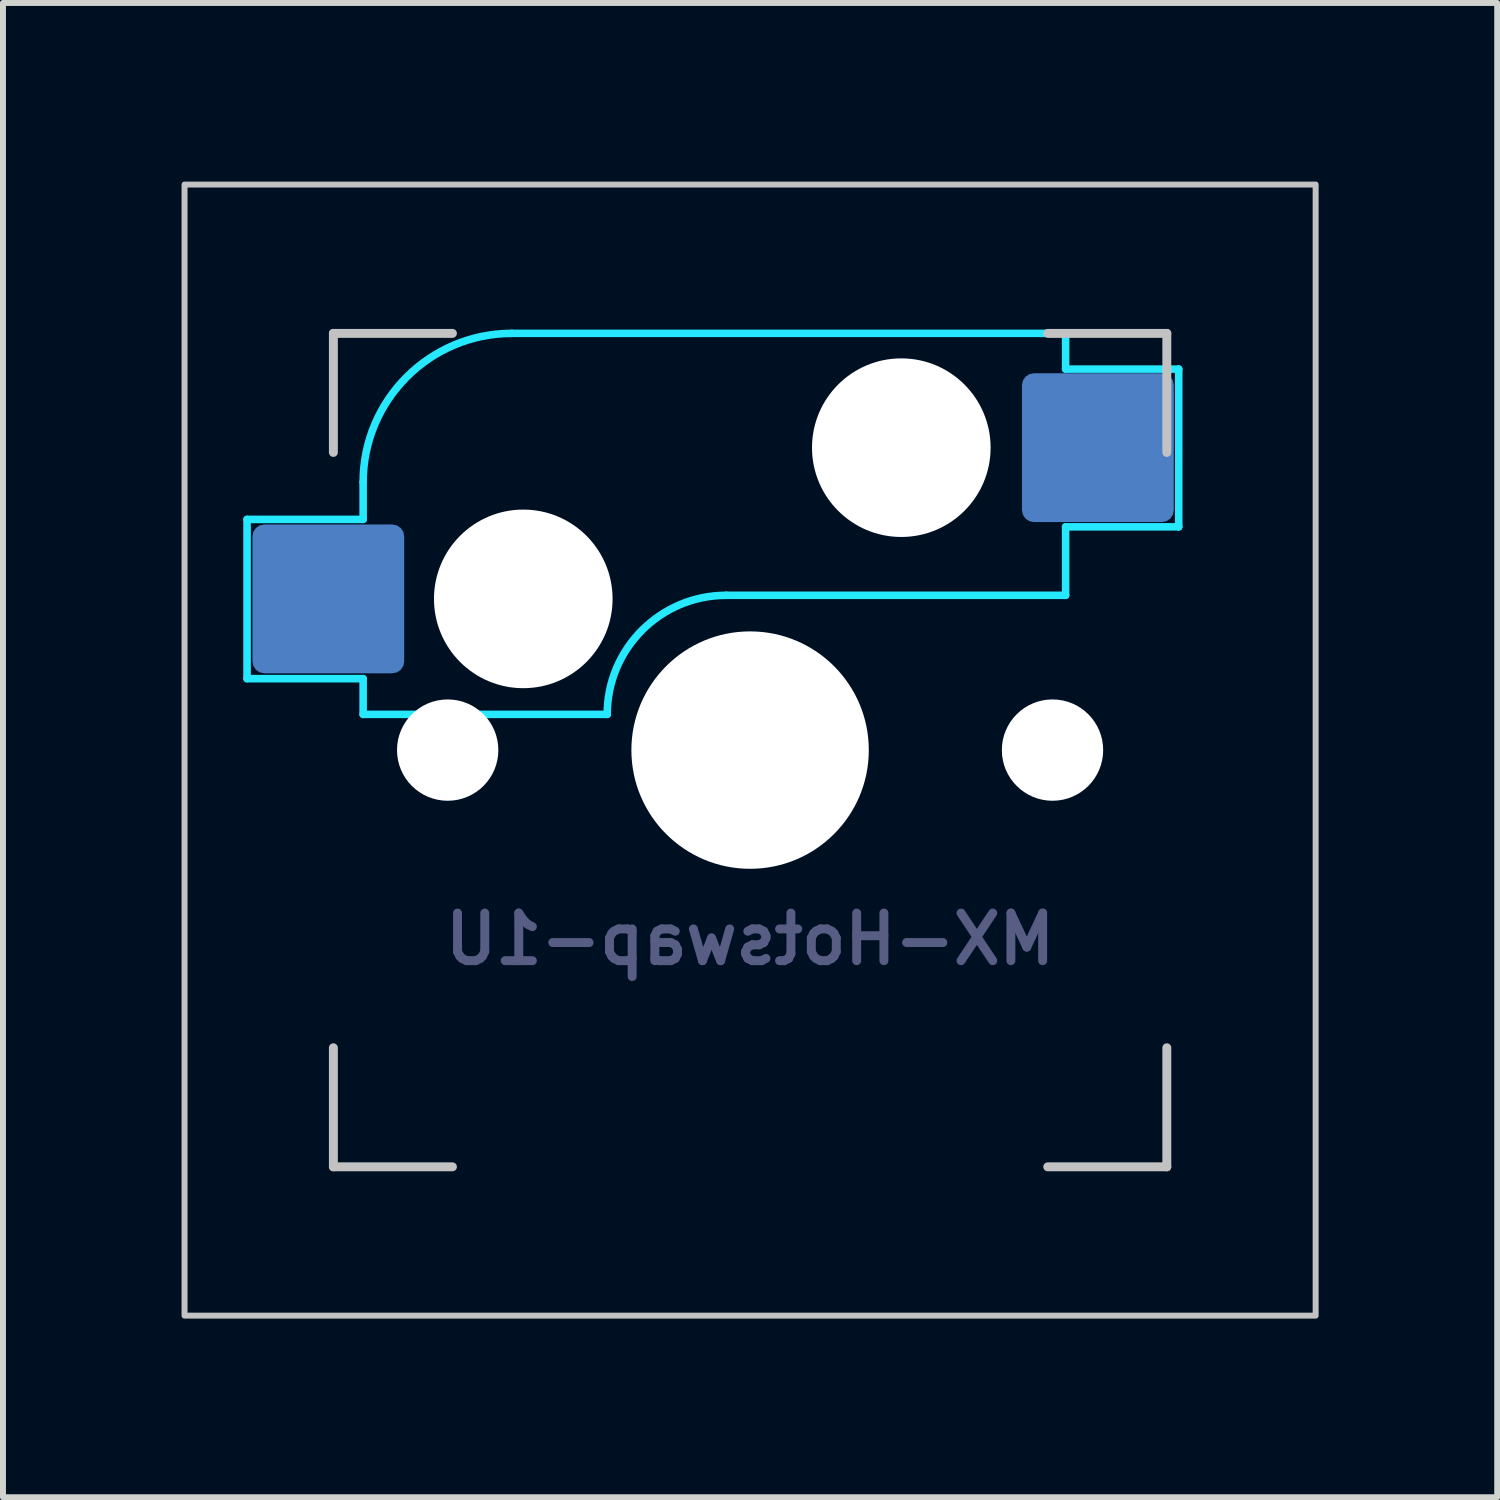
<source format=kicad_pcb>
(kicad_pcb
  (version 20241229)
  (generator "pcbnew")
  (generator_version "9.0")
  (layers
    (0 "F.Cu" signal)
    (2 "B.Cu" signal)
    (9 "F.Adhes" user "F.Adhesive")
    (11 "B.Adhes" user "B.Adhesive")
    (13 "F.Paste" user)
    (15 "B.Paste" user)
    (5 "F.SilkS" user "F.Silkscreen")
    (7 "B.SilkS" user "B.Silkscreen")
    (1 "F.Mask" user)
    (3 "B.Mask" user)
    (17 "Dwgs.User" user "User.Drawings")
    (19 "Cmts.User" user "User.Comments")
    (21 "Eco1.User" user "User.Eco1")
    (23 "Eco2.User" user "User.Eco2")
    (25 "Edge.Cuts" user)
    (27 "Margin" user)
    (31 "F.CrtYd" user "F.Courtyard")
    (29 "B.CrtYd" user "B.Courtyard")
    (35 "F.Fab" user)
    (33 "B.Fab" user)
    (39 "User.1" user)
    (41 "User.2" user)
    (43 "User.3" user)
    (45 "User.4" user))
  (footprint "MX-Hotswap-1U"
    (layer "F.Cu")
    (at 9.55 9.55)
    (property "Reference" "MX-Hotswap-1U" (at 0 3.175 0) (layer "B.Fab") (effects (font (size 0.8 0.8) (thickness 0.15)) (justify mirror)))
    (attr smd)
    (fp_line (start -7 -7) (end -7 -5) (stroke (width 0.15) (type solid)) (layer "Dwgs.User"))
    (fp_line (start -7 5) (end -7 7) (stroke (width 0.15) (type solid)) (layer "Dwgs.User"))
    (fp_line (start -7 7) (end -5 7) (stroke (width 0.15) (type solid)) (layer "Dwgs.User"))
    (fp_line (start -5 -7) (end -7 -7) (stroke (width 0.15) (type solid)) (layer "Dwgs.User"))
    (fp_line (start 5 -7) (end 7 -7) (stroke (width 0.15) (type solid)) (layer "Dwgs.User"))
    (fp_line (start 5 7) (end 7 7) (stroke (width 0.15) (type solid)) (layer "Dwgs.User"))
    (fp_line (start 7 -7) (end 7 -5) (stroke (width 0.15) (type solid)) (layer "Dwgs.User"))
    (fp_line (start 7 7) (end 7 5) (stroke (width 0.15) (type solid)) (layer "Dwgs.User"))
    (fp_rect (start -9.5 -9.5) (end 9.5 9.5) (stroke (width 0.1) (type default)) (fill no) (layer "Dwgs.User"))
    (fp_line (start -8.45 -3.875) (end -8.45 -1.2) (stroke (width 0.127) (type solid)) (layer "B.CrtYd"))
    (fp_line (start -8.45 -1.2) (end -6.5 -1.2) (stroke (width 0.127) (type solid)) (layer "B.CrtYd"))
    (fp_line (start -6.5 -4.5) (end -6.5 -3.875) (stroke (width 0.127) (type solid)) (layer "B.CrtYd"))
    (fp_line (start -6.5 -3.875) (end -8.45 -3.875) (stroke (width 0.127) (type solid)) (layer "B.CrtYd"))
    (fp_line (start -6.5 -0.6) (end -6.5 -1.2) (stroke (width 0.127) (type solid)) (layer "B.CrtYd"))
    (fp_line (start -6.5 -0.6) (end -2.4 -0.6) (stroke (width 0.127) (type solid)) (layer "B.CrtYd"))
    (fp_line (start -0.4 -2.6) (end 5.3 -2.6) (stroke (width 0.127) (type solid)) (layer "B.CrtYd"))
    (fp_line (start 5.3 -7) (end -4 -7) (stroke (width 0.127) (type solid)) (layer "B.CrtYd"))
    (fp_line (start 5.3 -7) (end 5.3 -6.4) (stroke (width 0.127) (type solid)) (layer "B.CrtYd"))
    (fp_line (start 5.3 -6.4) (end 7.2 -6.4) (stroke (width 0.127) (type solid)) (layer "B.CrtYd"))
    (fp_line (start 5.3 -2.6) (end 5.3 -3.75) (stroke (width 0.127) (type solid)) (layer "B.CrtYd"))
    (fp_line (start 7.2 -6.4) (end 7.2 -3.75) (stroke (width 0.127) (type solid)) (layer "B.CrtYd"))
    (fp_line (start 7.2 -3.75) (end 5.3 -3.75) (stroke (width 0.127) (type solid)) (layer "B.CrtYd"))
    (fp_arc (start -6.5 -4.5) (mid -5.767767 -6.267767) (end -4 -7) (stroke (width 0.127) (type solid)) (layer "B.CrtYd"))
    (fp_arc (start -2.4 -0.6) (mid -1.814214 -2.014214) (end -0.4 -2.6) (stroke (width 0.127) (type solid)) (layer "B.CrtYd"))
    (pad "" np_thru_hole circle (at -5.08 0 48.099) (size 1.702 1.702) (drill 1.702) (layers "*.Cu" "*.Mask"))
    (pad "" np_thru_hole circle (at -3.81 -2.54) (size 3 3) (drill 3) (layers "*.Cu" "*.Mask"))
    (pad "" np_thru_hole circle (at 0 0) (size 3.988 3.988) (drill 3.988) (layers "*.Cu" "*.Mask"))
    (pad "" np_thru_hole circle (at 2.54 -5.08) (size 3 3) (drill 3) (layers "*.Cu" "*.Mask"))
    (pad "" np_thru_hole circle (at 5.08 0 48.099) (size 1.702 1.702) (drill 1.702) (layers "*.Cu" "*.Mask"))
    (pad "1" smd roundrect (at -7.085 -2.54) (size 2.55 2.5) (layers "B.Cu" "B.Mask" "B.Paste") (roundrect_rratio 0.08))
    (pad "2" smd roundrect (at 5.842 -5.08) (size 2.55 2.5) (layers "B.Cu" "B.Mask" "B.Paste") (roundrect_rratio 0.08)))
  (gr_rect
    (start -3 -3)
    (end 22.1 22.1)
    (stroke (width 0.1) (type default))
    (fill no)
    (layer "Edge.Cuts")))
</source>
